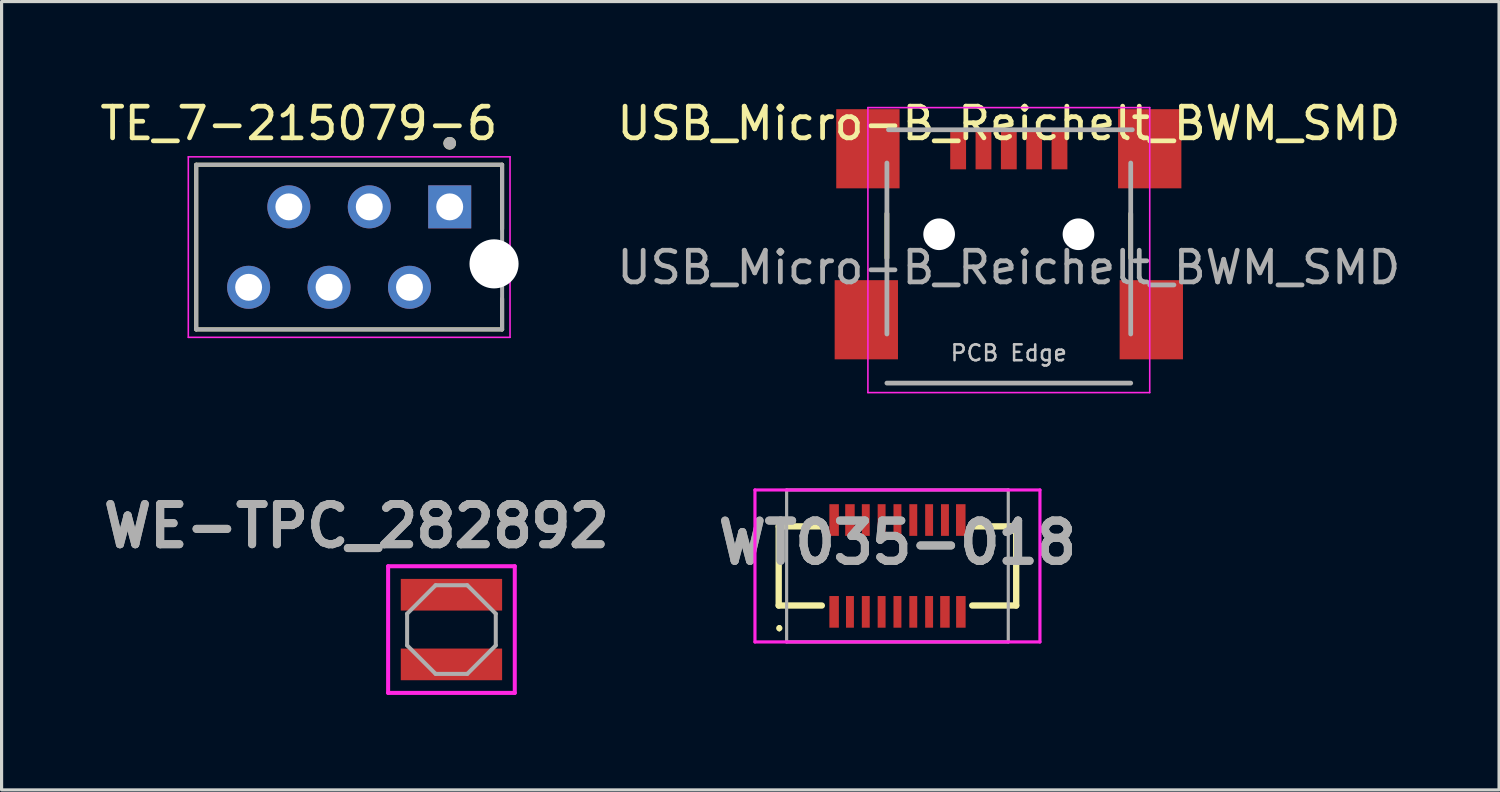
<source format=kicad_pcb>
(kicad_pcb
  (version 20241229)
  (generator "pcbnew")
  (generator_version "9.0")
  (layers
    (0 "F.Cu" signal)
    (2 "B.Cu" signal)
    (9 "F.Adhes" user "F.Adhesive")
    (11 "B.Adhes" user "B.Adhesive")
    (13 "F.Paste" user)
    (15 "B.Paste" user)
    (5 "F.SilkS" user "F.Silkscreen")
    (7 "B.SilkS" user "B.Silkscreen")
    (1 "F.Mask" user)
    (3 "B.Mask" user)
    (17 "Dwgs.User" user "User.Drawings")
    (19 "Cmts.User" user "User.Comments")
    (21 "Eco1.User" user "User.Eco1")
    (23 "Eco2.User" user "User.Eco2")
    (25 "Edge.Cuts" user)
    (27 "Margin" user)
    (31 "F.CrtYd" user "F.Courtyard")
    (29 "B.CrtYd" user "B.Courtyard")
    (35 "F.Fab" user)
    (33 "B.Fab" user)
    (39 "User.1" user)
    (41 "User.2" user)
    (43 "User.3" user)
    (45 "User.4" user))
  (footprint "USB_Micro-B_Reichelt_BWM_SMD"
    (layer "F.Cu")
    (at 28.809 4.348)
    (property "Reference" "USB_Micro-B_Reichelt_BWM_SMD" (at 0 -3.5 0) (layer "F.SilkS") (effects (font (size 1 1) (thickness 0.15))))
    (attr smd)
    (fp_line (start -3.85 -0.65) (end -3.85 0.75) (stroke (width 0.15) (type solid)) (layer "F.SilkS"))
    (fp_line (start 3.85 0.75) (end 3.85 -0.65) (stroke (width 0.15) (type solid)) (layer "F.SilkS"))
    (fp_line (start -4.45 -4) (end -4.45 5) (stroke (width 0.05) (type solid)) (layer "F.CrtYd"))
    (fp_line (start -4.45 5) (end 4.45 5) (stroke (width 0.05) (type solid)) (layer "F.CrtYd"))
    (fp_line (start 4.45 -4) (end -4.45 -4) (stroke (width 0.05) (type solid)) (layer "F.CrtYd"))
    (fp_line (start 4.45 5) (end 4.45 -4) (stroke (width 0.05) (type solid)) (layer "F.CrtYd"))
    (fp_line (start -3.85 -2.25) (end -3.85 3.15) (stroke (width 0.15) (type solid)) (layer "F.Fab"))
    (fp_line (start -3.85 4.7) (end 3.85 4.7) (stroke (width 0.15) (type solid)) (layer "F.Fab"))
    (fp_line (start 3.85 3.15) (end 3.85 -2.25) (stroke (width 0.15) (type solid)) (layer "F.Fab"))
    (fp_line (start 3.9 -3.3) (end -3.8 -3.3) (stroke (width 0.15) (type solid)) (layer "F.Fab"))
    (fp_text user "PCB Edge" (at 0 3.75 0) (layer "Dwgs.User") (effects (font (size 0.5 0.5) (thickness 0.08))))
    (fp_text user "${REFERENCE}" (at 0 1.05 0) (layer "F.Fab") (effects (font (size 1 1) (thickness 0.15))))
    (pad "" np_thru_hole circle (at -2.2 0) (size 1 1) (drill 1) (layers "*.Cu" "*.Mask"))
    (pad "" np_thru_hole circle (at 2.2 0) (size 1 1) (drill 1) (layers "*.Cu" "*.Mask"))
    (pad "1" smd rect (at -1.6 -2.7) (size 0.5 1.3) (layers "F.Cu" "F.Mask" "F.Paste"))
    (pad "2" smd rect (at -0.8 -2.7) (size 0.5 1.3) (layers "F.Cu" "F.Mask" "F.Paste"))
    (pad "3" smd rect (at 0 -2.7) (size 0.5 1.3) (layers "F.Cu" "F.Mask" "F.Paste"))
    (pad "4" smd rect (at 0.8 -2.7) (size 0.5 1.3) (layers "F.Cu" "F.Mask" "F.Paste"))
    (pad "5" smd rect (at 1.6 -2.7) (size 0.5 1.3) (layers "F.Cu" "F.Mask" "F.Paste"))
    (pad "6" smd rect (at -4.5 2.7) (size 2 2.5) (layers "F.Cu" "F.Mask" "F.Paste"))
    (pad "6" smd rect (at -4.45 -2.7) (size 2 2.5) (layers "F.Cu" "F.Mask" "F.Paste"))
    (pad "6" smd rect (at 4.45 -2.7) (size 2 2.5) (layers "F.Cu" "F.Mask" "F.Paste"))
    (pad "6" smd rect (at 4.5 2.7) (size 2 2.5) (layers "F.Cu" "F.Mask" "F.Paste")))
  (footprint "WE-TPC_282892"
    (layer "F.Cu")
    (at 11.207 16.832)
    (property "Reference" "WE-TPC_282892" (at -3 -3.27 0) (layer "F.Fab") (effects (font (size 1.27 1.27) (thickness 0.254))))
    (attr smd)
    (fp_line (start -2 -2) (end 2 -2) (stroke (width 0.127) (type solid)) (layer "F.CrtYd"))
    (fp_line (start -2 2) (end -2 -2) (stroke (width 0.127) (type solid)) (layer "F.CrtYd"))
    (fp_line (start 2 -2) (end 2 2) (stroke (width 0.127) (type solid)) (layer "F.CrtYd"))
    (fp_line (start 2 2) (end -2 2) (stroke (width 0.127) (type solid)) (layer "F.CrtYd"))
    (fp_line (start -1.4 -0.5) (end -1.4 0.5) (stroke (width 0.127) (type solid)) (layer "F.Fab"))
    (fp_line (start -1.4 0.5) (end -0.5 1.4) (stroke (width 0.127) (type solid)) (layer "F.Fab"))
    (fp_line (start -0.5 -1.4) (end -1.4 -0.5) (stroke (width 0.127) (type solid)) (layer "F.Fab"))
    (fp_line (start -0.5 -1.4) (end 0.5 -1.4) (stroke (width 0.127) (type solid)) (layer "F.Fab"))
    (fp_line (start -0.5 1.4) (end 0.5 1.4) (stroke (width 0.127) (type solid)) (layer "F.Fab"))
    (fp_line (start 0.5 -1.4) (end 1.4 -0.5) (stroke (width 0.127) (type solid)) (layer "F.Fab"))
    (fp_line (start 1.4 -0.5) (end 1.4 0.5) (stroke (width 0.127) (type solid)) (layer "F.Fab"))
    (fp_line (start 1.4 0.5) (end 0.5 1.4) (stroke (width 0.127) (type solid)) (layer "F.Fab"))
    (fp_text user "${REFERENCE}" (at -3 -3.27 0) (layer "F.Fab") (effects (font (size 1.27 1.27) (thickness 0.254))))
    (pad "1" smd rect (at 0 -1.1 90) (size 1 3.2) (layers "F.Cu" "F.Mask" "F.Paste"))
    (pad "2" smd rect (at 0 1.1 90) (size 1 3.2) (layers "F.Cu" "F.Mask" "F.Paste")))
  (footprint "TE_7-215079-6"
    (layer "F.Cu")
    (at 11.152 3.483)
    (property "Reference" "TE_7-215079-6" (at -4.765 -2.635 0) (layer "F.SilkS") (effects (font (size 1 1) (thickness 0.15))))
    (attr through_hole)
    (fp_line (start -8.005 -1.33) (end 1.655 -1.33) (stroke (width 0.127) (type solid)) (layer "F.SilkS"))
    (fp_line (start -8.005 3.87) (end -8.005 -1.33) (stroke (width 0.127) (type solid)) (layer "F.SilkS"))
    (fp_line (start 1.655 -1.33) (end 1.655 0.7) (stroke (width 0.127) (type solid)) (layer "F.SilkS"))
    (fp_line (start 1.655 2.9) (end 1.655 3.87) (stroke (width 0.127) (type solid)) (layer "F.SilkS"))
    (fp_line (start 1.655 3.87) (end -8.005 3.87) (stroke (width 0.127) (type solid)) (layer "F.SilkS"))
    (fp_circle (center 0 -2.008) (end 0.1 -2.008) (stroke (width 0.2) (type solid)) (fill no) (layer "F.SilkS"))
    (fp_line (start -8.255 -1.58) (end 1.905 -1.58) (stroke (width 0.05) (type solid)) (layer "F.CrtYd"))
    (fp_line (start -8.255 4.12) (end -8.255 -1.58) (stroke (width 0.05) (type solid)) (layer "F.CrtYd"))
    (fp_line (start 1.905 -1.58) (end 1.905 4.12) (stroke (width 0.05) (type solid)) (layer "F.CrtYd"))
    (fp_line (start 1.905 4.12) (end -8.255 4.12) (stroke (width 0.05) (type solid)) (layer "F.CrtYd"))
    (fp_line (start -8.005 -1.33) (end 1.655 -1.33) (stroke (width 0.127) (type solid)) (layer "F.Fab"))
    (fp_line (start -8.005 3.87) (end -8.005 -1.33) (stroke (width 0.127) (type solid)) (layer "F.Fab"))
    (fp_line (start 1.655 -1.33) (end 1.655 3.87) (stroke (width 0.127) (type solid)) (layer "F.Fab"))
    (fp_line (start 1.655 3.87) (end -8.005 3.87) (stroke (width 0.127) (type solid)) (layer "F.Fab"))
    (fp_circle (center 0 -2.008) (end 0.1 -2.008) (stroke (width 0.2) (type solid)) (fill no) (layer "F.Fab"))
    (pad "" np_thru_hole circle (at 1.4 1.8) (size 1.55 1.55) (drill 1.55) (layers "*.Cu" "*.Mask"))
    (pad "1" thru_hole rect (at 0 0) (size 1.358 1.358) (drill 0.85) (layers "*.Cu" "*.Mask"))
    (pad "2" thru_hole circle (at -1.27 2.54) (size 1.358 1.358) (drill 0.85) (layers "*.Cu" "*.Mask"))
    (pad "3" thru_hole circle (at -2.54 0) (size 1.358 1.358) (drill 0.85) (layers "*.Cu" "*.Mask"))
    (pad "4" thru_hole circle (at -3.81 2.54) (size 1.358 1.358) (drill 0.85) (layers "*.Cu" "*.Mask"))
    (pad "5" thru_hole circle (at -5.08 0) (size 1.358 1.358) (drill 0.85) (layers "*.Cu" "*.Mask"))
    (pad "6" thru_hole circle (at -6.35 2.54) (size 1.358 1.358) (drill 0.85) (layers "*.Cu" "*.Mask")))
  (footprint "WT035-018"
    (layer "F.Cu")
    (at 25.292 14.823)
    (property "Reference" "WT035-018" (at 0 -0.737 0) (layer "F.Fab") (effects (font (size 1.27 1.27) (thickness 0.254))))
    (attr smd)
    (fp_line (start -3.75 -1.25) (end -3.75 1.25) (stroke (width 0.2) (type solid)) (layer "F.SilkS"))
    (fp_line (start -3.75 1.25) (end -2.388 1.25) (stroke (width 0.2) (type solid)) (layer "F.SilkS"))
    (fp_line (start -3.731 1.915) (end -3.731 1.915) (stroke (width 0.1) (type solid)) (layer "F.SilkS"))
    (fp_line (start -3.731 2.015) (end -3.731 2.015) (stroke (width 0.1) (type solid)) (layer "F.SilkS"))
    (fp_line (start -2.337 -1.25) (end -3.75 -1.25) (stroke (width 0.2) (type solid)) (layer "F.SilkS"))
    (fp_line (start 2.362 1.25) (end 3.75 1.25) (stroke (width 0.2) (type solid)) (layer "F.SilkS"))
    (fp_line (start 3.75 -1.25) (end 2.388 -1.25) (stroke (width 0.2) (type solid)) (layer "F.SilkS"))
    (fp_line (start 3.75 1.25) (end 3.75 -1.25) (stroke (width 0.2) (type solid)) (layer "F.SilkS"))
    (fp_arc (start -3.7312 1.915) (mid -3.6812 1.965) (end -3.7312 2.015) (stroke (width 0.1) (type solid)) (layer "F.SilkS"))
    (fp_arc (start -3.7312 2.015) (mid -3.7812 1.965) (end -3.7312 1.915) (stroke (width 0.1) (type solid)) (layer "F.SilkS"))
    (fp_line (start -4.5 -2.4) (end 4.5 -2.4) (stroke (width 0.1) (type solid)) (layer "F.CrtYd"))
    (fp_line (start -4.5 2.4) (end -4.5 -2.4) (stroke (width 0.1) (type solid)) (layer "F.CrtYd"))
    (fp_line (start 4.5 -2.4) (end 4.5 2.4) (stroke (width 0.1) (type solid)) (layer "F.CrtYd"))
    (fp_line (start 4.5 2.4) (end -4.5 2.4) (stroke (width 0.1) (type solid)) (layer "F.CrtYd"))
    (fp_line (start -3.5 -2.4) (end -3.5 2.4) (stroke (width 0.1) (type solid)) (layer "F.Fab"))
    (fp_line (start -3.5 2.4) (end 3.5 2.4) (stroke (width 0.1) (type solid)) (layer "F.Fab"))
    (fp_line (start 3.5 -2.4) (end -3.5 -2.4) (stroke (width 0.1) (type solid)) (layer "F.Fab"))
    (fp_line (start 3.5 2.4) (end 3.5 -2.4) (stroke (width 0.1) (type solid)) (layer "F.Fab"))
    (fp_text user "${REFERENCE}" (at 0 -0.737 0) (layer "F.Fab") (effects (font (size 1.27 1.27) (thickness 0.254))))
    (pad "1" smd rect (at -2 1.45) (size 0.3 1) (layers "F.Cu" "F.Mask" "F.Paste"))
    (pad "2" smd rect (at -1.5 1.45) (size 0.25 1) (layers "F.Cu" "F.Mask" "F.Paste"))
    (pad "3" smd rect (at -1 1.45) (size 0.25 1) (layers "F.Cu" "F.Mask" "F.Paste"))
    (pad "4" smd rect (at -0.5 1.45) (size 0.25 1) (layers "F.Cu" "F.Mask" "F.Paste"))
    (pad "5" smd rect (at 0 1.45) (size 0.25 1) (layers "F.Cu" "F.Mask" "F.Paste"))
    (pad "6" smd rect (at 0.5 1.45) (size 0.25 1) (layers "F.Cu" "F.Mask" "F.Paste"))
    (pad "7" smd rect (at 1 1.45) (size 0.25 1) (layers "F.Cu" "F.Mask" "F.Paste"))
    (pad "8" smd rect (at 1.5 1.45) (size 0.3 1) (layers "F.Cu" "F.Mask" "F.Paste"))
    (pad "9" smd rect (at 2.003 1.45) (size 0.3 1) (layers "F.Cu" "F.Mask" "F.Paste"))
    (pad "10" smd rect (at 2 -1.45) (size 0.3 1) (layers "F.Cu" "F.Mask" "F.Paste"))
    (pad "11" smd rect (at 1.5 -1.45) (size 0.25 1) (layers "F.Cu" "F.Mask" "F.Paste"))
    (pad "12" smd rect (at 1 -1.45) (size 0.25 1) (layers "F.Cu" "F.Mask" "F.Paste"))
    (pad "13" smd rect (at 0.5 -1.45) (size 0.25 1) (layers "F.Cu" "F.Mask" "F.Paste"))
    (pad "14" smd rect (at 0 -1.45) (size 0.25 1) (layers "F.Cu" "F.Mask" "F.Paste"))
    (pad "15" smd rect (at -0.5 -1.45) (size 0.25 1) (layers "F.Cu" "F.Mask" "F.Paste"))
    (pad "16" smd rect (at -1 -1.45) (size 0.25 1) (layers "F.Cu" "F.Mask" "F.Paste"))
    (pad "17" smd rect (at -1.5 -1.45) (size 0.3 1) (layers "F.Cu" "F.Mask" "F.Paste"))
    (pad "18" smd rect (at -2 -1.45) (size 0.3 1) (layers "F.Cu" "F.Mask" "F.Paste")))
  (gr_rect
    (start -3 -3)
    (end 44.291 21.895)
    (stroke (width 0.1) (type default))
    (fill no)
    (layer "Edge.Cuts")))
</source>
